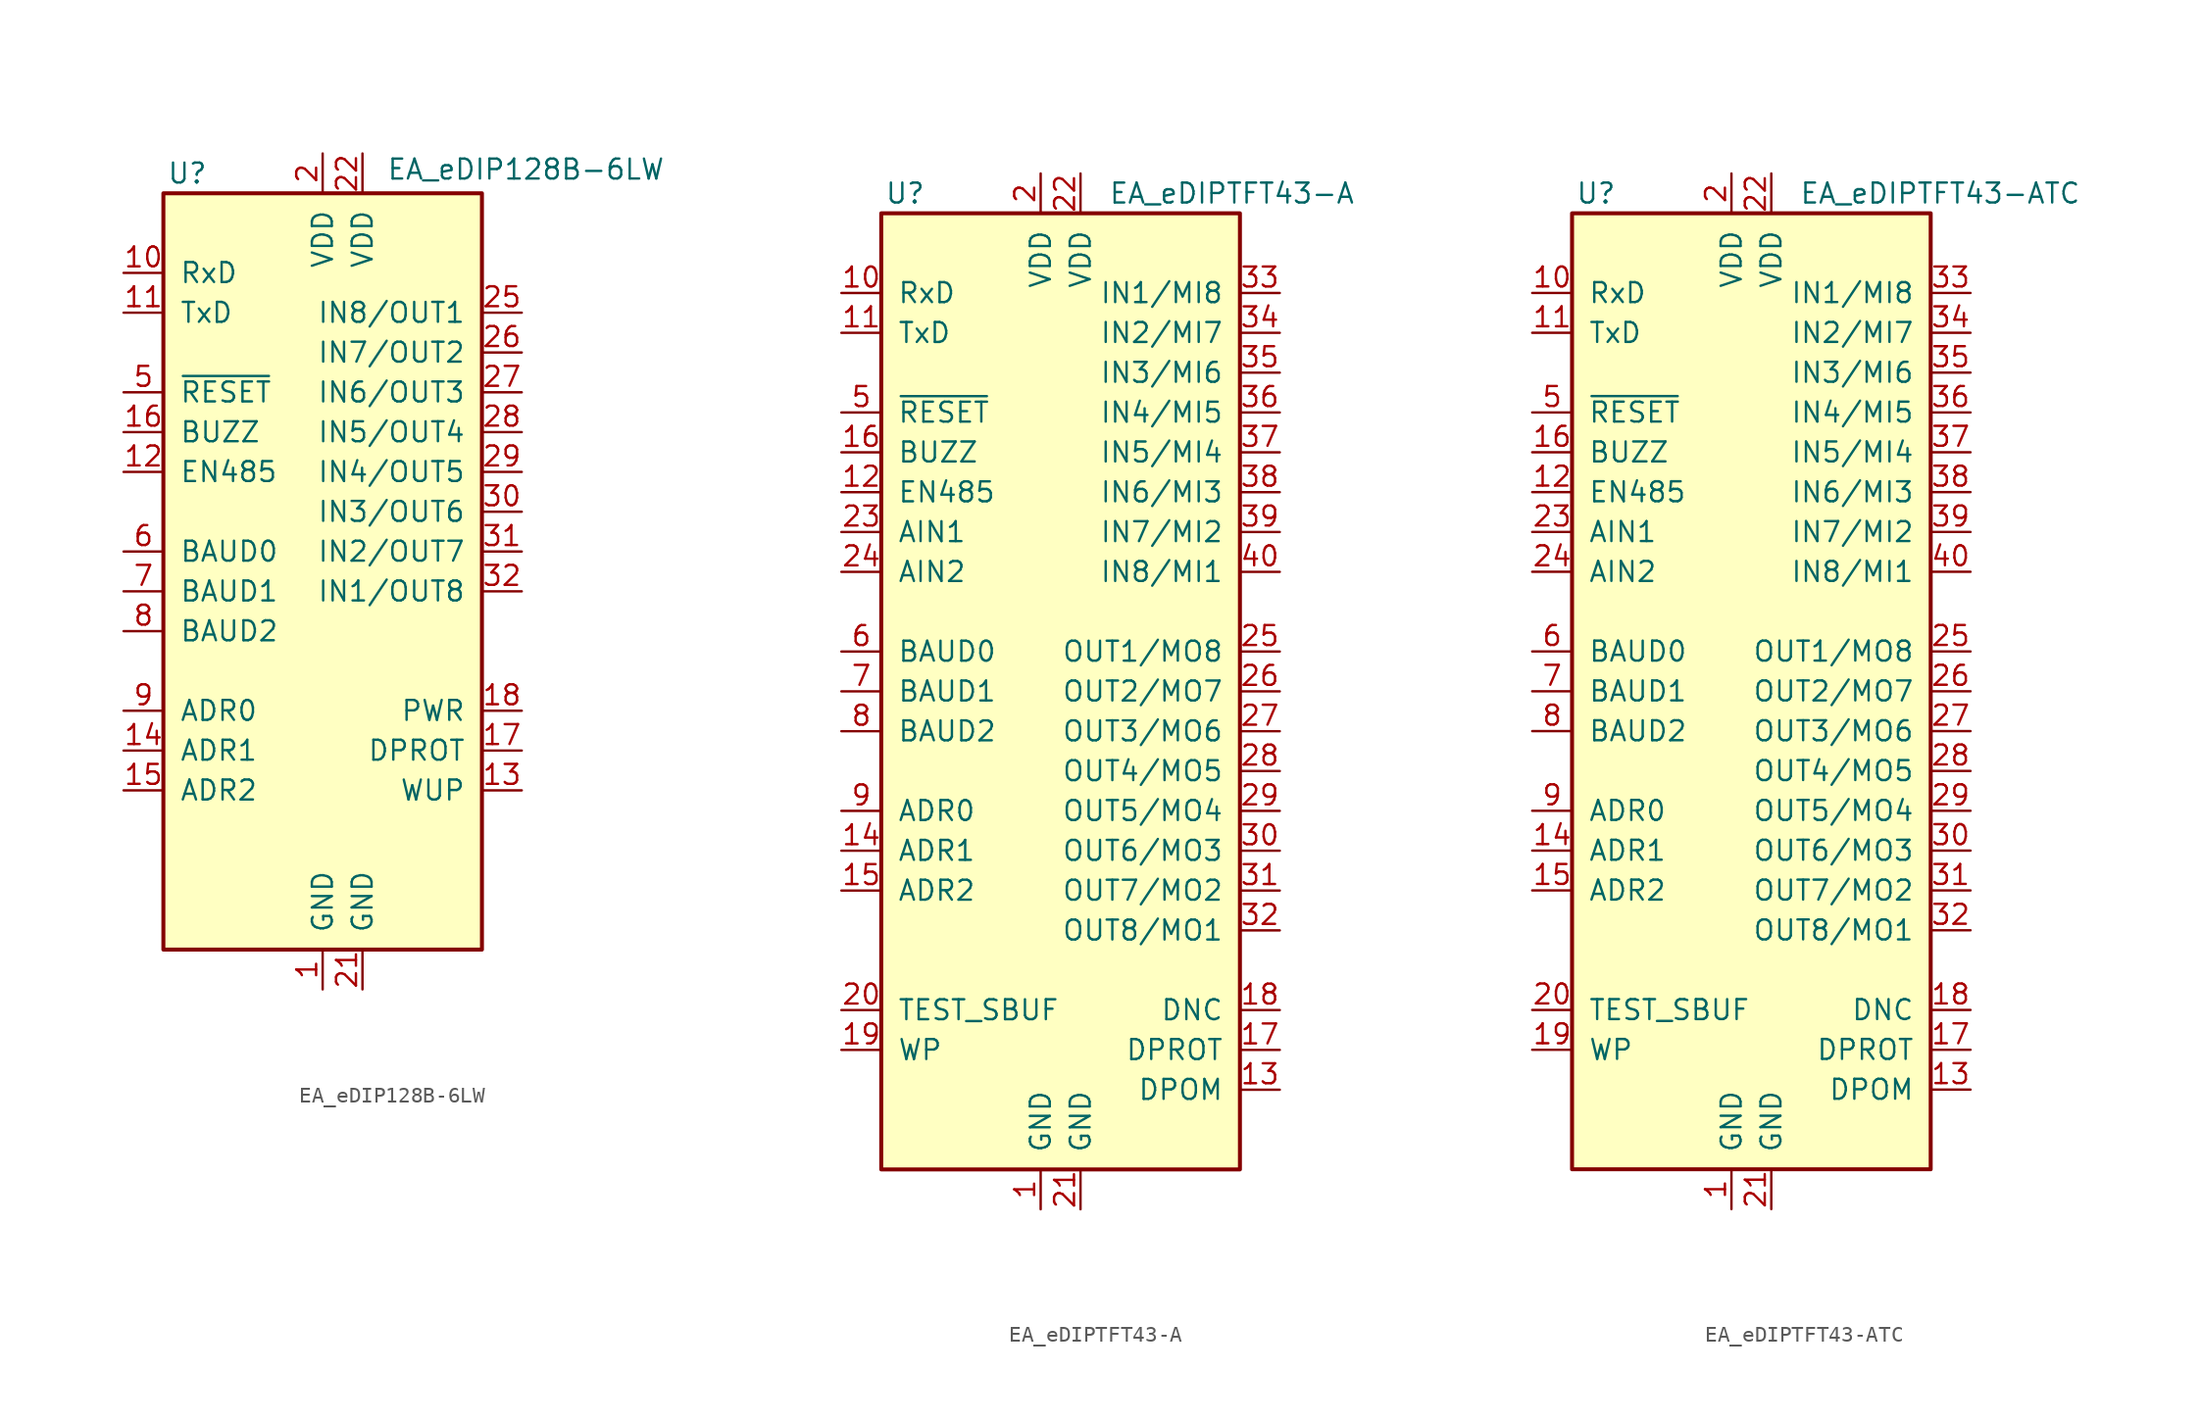
<source format=kicad_sym>
(kicad_symbol_lib
  (version 20211014)
  (generator kicad_symbol_editor)
  (symbol "EA_eDIP128B-6LW"
    (pin_names
      (offset 1.016))
    (property "Reference" "U"
      (at -8.636 24.13 0)
      (effects (font (size 1.27 1.27))))
    (property "Value" "EA_eDIP128B-6LW"
      (at 4.064 24.384 0)
      (effects (font (size 1.27 1.27)) (justify left)))
    (symbol "EA_eDIP128B-6LW_0_1"
      (rectangle (start -10.16 22.86) (end 10.16 -25.4) (stroke (width 0.254) (type default) (color 0 0 0 0)) (fill (type background))))
    (symbol "EA_eDIP128B-6LW_1_1"
      (pin power_in line (at 0 -27.94 90) (length 2.54) (name "GND" (effects (font (size 1.27 1.27)))) (number "1" (effects (font (size 1.27 1.27)))))
      (pin input line (at -12.7 17.78 0) (length 2.54) (name "RxD" (effects (font (size 1.27 1.27)))) (number "10" (effects (font (size 1.27 1.27)))))
      (pin output line (at -12.7 15.24 0) (length 2.54) (name "TxD" (effects (font (size 1.27 1.27)))) (number "11" (effects (font (size 1.27 1.27)))))
      (pin output line (at -12.7 5.08 0) (length 2.54) (name "EN485" (effects (font (size 1.27 1.27)))) (number "12" (effects (font (size 1.27 1.27)))))
      (pin input line (at 12.7 -15.24 180) (length 2.54) (name "WUP" (effects (font (size 1.27 1.27)))) (number "13" (effects (font (size 1.27 1.27)))))
      (pin input line (at -12.7 -12.7 0) (length 2.54) (name "ADR1" (effects (font (size 1.27 1.27)))) (number "14" (effects (font (size 1.27 1.27)))))
      (pin input line (at -12.7 -15.24 0) (length 2.54) (name "ADR2" (effects (font (size 1.27 1.27)))) (number "15" (effects (font (size 1.27 1.27)))))
      (pin output line (at -12.7 7.62 0) (length 2.54) (name "BUZZ" (effects (font (size 1.27 1.27)))) (number "16" (effects (font (size 1.27 1.27)))))
      (pin input line (at 12.7 -12.7 180) (length 2.54) (name "DPROT" (effects (font (size 1.27 1.27)))) (number "17" (effects (font (size 1.27 1.27)))))
      (pin output line (at 12.7 -10.16 180) (length 2.54) (name "PWR" (effects (font (size 1.27 1.27)))) (number "18" (effects (font (size 1.27 1.27)))))
      (pin no_connect line (at -10.16 -22.86 0) (length 2.54) hide (name "NC" (effects (font (size 1.27 1.27)))) (number "19" (effects (font (size 1.27 1.27)))))
      (pin power_in line (at 0 25.4 270) (length 2.54) (name "VDD" (effects (font (size 1.27 1.27)))) (number "2" (effects (font (size 1.27 1.27)))))
      (pin power_in line (at 2.54 -27.94 90) (length 2.54) (name "GND" (effects (font (size 1.27 1.27)))) (number "21" (effects (font (size 1.27 1.27)))))
      (pin power_in line (at 2.54 25.4 270) (length 2.54) (name "VDD" (effects (font (size 1.27 1.27)))) (number "22" (effects (font (size 1.27 1.27)))))
      (pin no_connect line (at 10.16 -17.78 180) (length 2.54) hide (name "NC" (effects (font (size 1.27 1.27)))) (number "23" (effects (font (size 1.27 1.27)))))
      (pin no_connect line (at 10.16 -20.32 180) (length 2.54) hide (name "NC" (effects (font (size 1.27 1.27)))) (number "24" (effects (font (size 1.27 1.27)))))
      (pin bidirectional line (at 12.7 15.24 180) (length 2.54) (name "IN8/OUT1" (effects (font (size 1.27 1.27)))) (number "25" (effects (font (size 1.27 1.27)))))
      (pin bidirectional line (at 12.7 12.7 180) (length 2.54) (name "IN7/OUT2" (effects (font (size 1.27 1.27)))) (number "26" (effects (font (size 1.27 1.27)))))
      (pin bidirectional line (at 12.7 10.16 180) (length 2.54) (name "IN6/OUT3" (effects (font (size 1.27 1.27)))) (number "27" (effects (font (size 1.27 1.27)))))
      (pin bidirectional line (at 12.7 7.62 180) (length 2.54) (name "IN5/OUT4" (effects (font (size 1.27 1.27)))) (number "28" (effects (font (size 1.27 1.27)))))
      (pin bidirectional line (at 12.7 5.08 180) (length 2.54) (name "IN4/OUT5" (effects (font (size 1.27 1.27)))) (number "29" (effects (font (size 1.27 1.27)))))
      (pin no_connect line (at -10.16 -17.78 0) (length 2.54) hide (name "NC" (effects (font (size 1.27 1.27)))) (number "3" (effects (font (size 1.27 1.27)))))
      (pin bidirectional line (at 12.7 2.54 180) (length 2.54) (name "IN3/OUT6" (effects (font (size 1.27 1.27)))) (number "30" (effects (font (size 1.27 1.27)))))
      (pin bidirectional line (at 12.7 0 180) (length 2.54) (name "IN2/OUT7" (effects (font (size 1.27 1.27)))) (number "31" (effects (font (size 1.27 1.27)))))
      (pin bidirectional line (at 12.7 -2.54 180) (length 2.54) (name "IN1/OUT8" (effects (font (size 1.27 1.27)))) (number "32" (effects (font (size 1.27 1.27)))))
      (pin no_connect line (at -10.16 -20.32 0) (length 2.54) hide (name "NC" (effects (font (size 1.27 1.27)))) (number "4" (effects (font (size 1.27 1.27)))))
      (pin input line (at -12.7 10.16 0) (length 2.54) (name "~{RESET}" (effects (font (size 1.27 1.27)))) (number "5" (effects (font (size 1.27 1.27)))))
      (pin input line (at -12.7 0 0) (length 2.54) (name "BAUD0" (effects (font (size 1.27 1.27)))) (number "6" (effects (font (size 1.27 1.27)))))
      (pin input line (at -12.7 -2.54 0) (length 2.54) (name "BAUD1" (effects (font (size 1.27 1.27)))) (number "7" (effects (font (size 1.27 1.27)))))
      (pin input line (at -12.7 -5.08 0) (length 2.54) (name "BAUD2" (effects (font (size 1.27 1.27)))) (number "8" (effects (font (size 1.27 1.27)))))
      (pin input line (at -12.7 -10.16 0) (length 2.54) (name "ADR0" (effects (font (size 1.27 1.27)))) (number "9" (effects (font (size 1.27 1.27)))))))
  (symbol "EA_eDIPTFT43-A"
    (pin_names
      (offset 1.016))
    (property "Reference" "U"
      (at -11.176 31.75 0)
      (effects (font (size 1.27 1.27))))
    (property "Value" "EA_eDIPTFT43-A"
      (at 1.778 31.75 0)
      (effects (font (size 1.27 1.27)) (justify left)))
    (symbol "EA_eDIPTFT43-A_0_1"
      (rectangle (start -12.7 30.48) (end 10.16 -30.48) (stroke (width 0.254) (type default) (color 0 0 0 0)) (fill (type background))))
    (symbol "EA_eDIPTFT43-A_1_1"
      (pin power_in line (at -2.54 -33.02 90) (length 2.54) (name "GND" (effects (font (size 1.27 1.27)))) (number "1" (effects (font (size 1.27 1.27)))))
      (pin input line (at -15.24 25.4 0) (length 2.54) (name "RxD" (effects (font (size 1.27 1.27)))) (number "10" (effects (font (size 1.27 1.27)))))
      (pin output line (at -15.24 22.86 0) (length 2.54) (name "TxD" (effects (font (size 1.27 1.27)))) (number "11" (effects (font (size 1.27 1.27)))))
      (pin output line (at -15.24 12.7 0) (length 2.54) (name "EN485" (effects (font (size 1.27 1.27)))) (number "12" (effects (font (size 1.27 1.27)))))
      (pin input line (at 12.7 -25.4 180) (length 2.54) (name "DPOM" (effects (font (size 1.27 1.27)))) (number "13" (effects (font (size 1.27 1.27)))))
      (pin input line (at -15.24 -10.16 0) (length 2.54) (name "ADR1" (effects (font (size 1.27 1.27)))) (number "14" (effects (font (size 1.27 1.27)))))
      (pin input line (at -15.24 -12.7 0) (length 2.54) (name "ADR2" (effects (font (size 1.27 1.27)))) (number "15" (effects (font (size 1.27 1.27)))))
      (pin output line (at -15.24 15.24 0) (length 2.54) (name "BUZZ" (effects (font (size 1.27 1.27)))) (number "16" (effects (font (size 1.27 1.27)))))
      (pin input line (at 12.7 -22.86 180) (length 2.54) (name "DPROT" (effects (font (size 1.27 1.27)))) (number "17" (effects (font (size 1.27 1.27)))))
      (pin output line (at 12.7 -20.32 180) (length 2.54) (name "DNC" (effects (font (size 1.27 1.27)))) (number "18" (effects (font (size 1.27 1.27)))))
      (pin input line (at -15.24 -22.86 0) (length 2.54) (name "WP" (effects (font (size 1.27 1.27)))) (number "19" (effects (font (size 1.27 1.27)))))
      (pin power_in line (at -2.54 33.02 270) (length 2.54) (name "VDD" (effects (font (size 1.27 1.27)))) (number "2" (effects (font (size 1.27 1.27)))))
      (pin bidirectional line (at -15.24 -20.32 0) (length 2.54) (name "TEST_SBUF" (effects (font (size 1.27 1.27)))) (number "20" (effects (font (size 1.27 1.27)))))
      (pin power_in line (at 0 -33.02 90) (length 2.54) (name "GND" (effects (font (size 1.27 1.27)))) (number "21" (effects (font (size 1.27 1.27)))))
      (pin power_in line (at 0 33.02 270) (length 2.54) (name "VDD" (effects (font (size 1.27 1.27)))) (number "22" (effects (font (size 1.27 1.27)))))
      (pin input line (at -15.24 10.16 0) (length 2.54) (name "AIN1" (effects (font (size 1.27 1.27)))) (number "23" (effects (font (size 1.27 1.27)))))
      (pin input line (at -15.24 7.62 0) (length 2.54) (name "AIN2" (effects (font (size 1.27 1.27)))) (number "24" (effects (font (size 1.27 1.27)))))
      (pin output line (at 12.7 2.54 180) (length 2.54) (name "OUT1/MO8" (effects (font (size 1.27 1.27)))) (number "25" (effects (font (size 1.27 1.27)))))
      (pin output line (at 12.7 0 180) (length 2.54) (name "OUT2/MO7" (effects (font (size 1.27 1.27)))) (number "26" (effects (font (size 1.27 1.27)))))
      (pin output line (at 12.7 -2.54 180) (length 2.54) (name "OUT3/MO6" (effects (font (size 1.27 1.27)))) (number "27" (effects (font (size 1.27 1.27)))))
      (pin output line (at 12.7 -5.08 180) (length 2.54) (name "OUT4/MO5" (effects (font (size 1.27 1.27)))) (number "28" (effects (font (size 1.27 1.27)))))
      (pin output line (at 12.7 -7.62 180) (length 2.54) (name "OUT5/MO4" (effects (font (size 1.27 1.27)))) (number "29" (effects (font (size 1.27 1.27)))))
      (pin no_connect line (at 10.16 -27.94 180) (length 2.54) hide (name "NC" (effects (font (size 1.27 1.27)))) (number "3" (effects (font (size 1.27 1.27)))))
      (pin output line (at 12.7 -10.16 180) (length 2.54) (name "OUT6/MO3" (effects (font (size 1.27 1.27)))) (number "30" (effects (font (size 1.27 1.27)))))
      (pin output line (at 12.7 -12.7 180) (length 2.54) (name "OUT7/MO2" (effects (font (size 1.27 1.27)))) (number "31" (effects (font (size 1.27 1.27)))))
      (pin output line (at 12.7 -15.24 180) (length 2.54) (name "OUT8/MO1" (effects (font (size 1.27 1.27)))) (number "32" (effects (font (size 1.27 1.27)))))
      (pin input line (at 12.7 25.4 180) (length 2.54) (name "IN1/MI8" (effects (font (size 1.27 1.27)))) (number "33" (effects (font (size 1.27 1.27)))))
      (pin input line (at 12.7 22.86 180) (length 2.54) (name "IN2/MI7" (effects (font (size 1.27 1.27)))) (number "34" (effects (font (size 1.27 1.27)))))
      (pin input line (at 12.7 20.32 180) (length 2.54) (name "IN3/MI6" (effects (font (size 1.27 1.27)))) (number "35" (effects (font (size 1.27 1.27)))))
      (pin input line (at 12.7 17.78 180) (length 2.54) (name "IN4/MI5" (effects (font (size 1.27 1.27)))) (number "36" (effects (font (size 1.27 1.27)))))
      (pin input line (at 12.7 15.24 180) (length 2.54) (name "IN5/MI4" (effects (font (size 1.27 1.27)))) (number "37" (effects (font (size 1.27 1.27)))))
      (pin input line (at 12.7 12.7 180) (length 2.54) (name "IN6/MI3" (effects (font (size 1.27 1.27)))) (number "38" (effects (font (size 1.27 1.27)))))
      (pin input line (at 12.7 10.16 180) (length 2.54) (name "IN7/MI2" (effects (font (size 1.27 1.27)))) (number "39" (effects (font (size 1.27 1.27)))))
      (pin no_connect line (at -12.7 -27.94 0) (length 2.54) hide (name "NC" (effects (font (size 1.27 1.27)))) (number "4" (effects (font (size 1.27 1.27)))))
      (pin input line (at 12.7 7.62 180) (length 2.54) (name "IN8/MI1" (effects (font (size 1.27 1.27)))) (number "40" (effects (font (size 1.27 1.27)))))
      (pin input line (at -15.24 17.78 0) (length 2.54) (name "~{RESET}" (effects (font (size 1.27 1.27)))) (number "5" (effects (font (size 1.27 1.27)))))
      (pin input line (at -15.24 2.54 0) (length 2.54) (name "BAUD0" (effects (font (size 1.27 1.27)))) (number "6" (effects (font (size 1.27 1.27)))))
      (pin input line (at -15.24 0 0) (length 2.54) (name "BAUD1" (effects (font (size 1.27 1.27)))) (number "7" (effects (font (size 1.27 1.27)))))
      (pin input line (at -15.24 -2.54 0) (length 2.54) (name "BAUD2" (effects (font (size 1.27 1.27)))) (number "8" (effects (font (size 1.27 1.27)))))
      (pin input line (at -15.24 -7.62 0) (length 2.54) (name "ADR0" (effects (font (size 1.27 1.27)))) (number "9" (effects (font (size 1.27 1.27)))))))
  (symbol "EA_eDIPTFT43-ATC"
    (pin_names
      (offset 1.016))
    (property "Reference" "U"
      (at -11.176 31.75 0)
      (effects (font (size 1.27 1.27))))
    (property "Value" "EA_eDIPTFT43-ATC"
      (at 1.778 31.75 0)
      (effects (font (size 1.27 1.27)) (justify left)))
    (symbol "EA_eDIPTFT43-ATC_0_1"
      (rectangle (start -12.7 30.48) (end 10.16 -30.48) (stroke (width 0.254) (type default) (color 0 0 0 0)) (fill (type background))))
    (symbol "EA_eDIPTFT43-ATC_1_1"
      (pin power_in line (at -2.54 -33.02 90) (length 2.54) (name "GND" (effects (font (size 1.27 1.27)))) (number "1" (effects (font (size 1.27 1.27)))))
      (pin input line (at -15.24 25.4 0) (length 2.54) (name "RxD" (effects (font (size 1.27 1.27)))) (number "10" (effects (font (size 1.27 1.27)))))
      (pin output line (at -15.24 22.86 0) (length 2.54) (name "TxD" (effects (font (size 1.27 1.27)))) (number "11" (effects (font (size 1.27 1.27)))))
      (pin output line (at -15.24 12.7 0) (length 2.54) (name "EN485" (effects (font (size 1.27 1.27)))) (number "12" (effects (font (size 1.27 1.27)))))
      (pin input line (at 12.7 -25.4 180) (length 2.54) (name "DPOM" (effects (font (size 1.27 1.27)))) (number "13" (effects (font (size 1.27 1.27)))))
      (pin input line (at -15.24 -10.16 0) (length 2.54) (name "ADR1" (effects (font (size 1.27 1.27)))) (number "14" (effects (font (size 1.27 1.27)))))
      (pin input line (at -15.24 -12.7 0) (length 2.54) (name "ADR2" (effects (font (size 1.27 1.27)))) (number "15" (effects (font (size 1.27 1.27)))))
      (pin output line (at -15.24 15.24 0) (length 2.54) (name "BUZZ" (effects (font (size 1.27 1.27)))) (number "16" (effects (font (size 1.27 1.27)))))
      (pin input line (at 12.7 -22.86 180) (length 2.54) (name "DPROT" (effects (font (size 1.27 1.27)))) (number "17" (effects (font (size 1.27 1.27)))))
      (pin output line (at 12.7 -20.32 180) (length 2.54) (name "DNC" (effects (font (size 1.27 1.27)))) (number "18" (effects (font (size 1.27 1.27)))))
      (pin input line (at -15.24 -22.86 0) (length 2.54) (name "WP" (effects (font (size 1.27 1.27)))) (number "19" (effects (font (size 1.27 1.27)))))
      (pin power_in line (at -2.54 33.02 270) (length 2.54) (name "VDD" (effects (font (size 1.27 1.27)))) (number "2" (effects (font (size 1.27 1.27)))))
      (pin bidirectional line (at -15.24 -20.32 0) (length 2.54) (name "TEST_SBUF" (effects (font (size 1.27 1.27)))) (number "20" (effects (font (size 1.27 1.27)))))
      (pin power_in line (at 0 -33.02 90) (length 2.54) (name "GND" (effects (font (size 1.27 1.27)))) (number "21" (effects (font (size 1.27 1.27)))))
      (pin power_in line (at 0 33.02 270) (length 2.54) (name "VDD" (effects (font (size 1.27 1.27)))) (number "22" (effects (font (size 1.27 1.27)))))
      (pin input line (at -15.24 10.16 0) (length 2.54) (name "AIN1" (effects (font (size 1.27 1.27)))) (number "23" (effects (font (size 1.27 1.27)))))
      (pin input line (at -15.24 7.62 0) (length 2.54) (name "AIN2" (effects (font (size 1.27 1.27)))) (number "24" (effects (font (size 1.27 1.27)))))
      (pin output line (at 12.7 2.54 180) (length 2.54) (name "OUT1/MO8" (effects (font (size 1.27 1.27)))) (number "25" (effects (font (size 1.27 1.27)))))
      (pin output line (at 12.7 0 180) (length 2.54) (name "OUT2/MO7" (effects (font (size 1.27 1.27)))) (number "26" (effects (font (size 1.27 1.27)))))
      (pin output line (at 12.7 -2.54 180) (length 2.54) (name "OUT3/MO6" (effects (font (size 1.27 1.27)))) (number "27" (effects (font (size 1.27 1.27)))))
      (pin output line (at 12.7 -5.08 180) (length 2.54) (name "OUT4/MO5" (effects (font (size 1.27 1.27)))) (number "28" (effects (font (size 1.27 1.27)))))
      (pin output line (at 12.7 -7.62 180) (length 2.54) (name "OUT5/MO4" (effects (font (size 1.27 1.27)))) (number "29" (effects (font (size 1.27 1.27)))))
      (pin no_connect line (at 10.16 -27.94 180) (length 2.54) hide (name "NC" (effects (font (size 1.27 1.27)))) (number "3" (effects (font (size 1.27 1.27)))))
      (pin output line (at 12.7 -10.16 180) (length 2.54) (name "OUT6/MO3" (effects (font (size 1.27 1.27)))) (number "30" (effects (font (size 1.27 1.27)))))
      (pin output line (at 12.7 -12.7 180) (length 2.54) (name "OUT7/MO2" (effects (font (size 1.27 1.27)))) (number "31" (effects (font (size 1.27 1.27)))))
      (pin output line (at 12.7 -15.24 180) (length 2.54) (name "OUT8/MO1" (effects (font (size 1.27 1.27)))) (number "32" (effects (font (size 1.27 1.27)))))
      (pin input line (at 12.7 25.4 180) (length 2.54) (name "IN1/MI8" (effects (font (size 1.27 1.27)))) (number "33" (effects (font (size 1.27 1.27)))))
      (pin input line (at 12.7 22.86 180) (length 2.54) (name "IN2/MI7" (effects (font (size 1.27 1.27)))) (number "34" (effects (font (size 1.27 1.27)))))
      (pin input line (at 12.7 20.32 180) (length 2.54) (name "IN3/MI6" (effects (font (size 1.27 1.27)))) (number "35" (effects (font (size 1.27 1.27)))))
      (pin input line (at 12.7 17.78 180) (length 2.54) (name "IN4/MI5" (effects (font (size 1.27 1.27)))) (number "36" (effects (font (size 1.27 1.27)))))
      (pin input line (at 12.7 15.24 180) (length 2.54) (name "IN5/MI4" (effects (font (size 1.27 1.27)))) (number "37" (effects (font (size 1.27 1.27)))))
      (pin input line (at 12.7 12.7 180) (length 2.54) (name "IN6/MI3" (effects (font (size 1.27 1.27)))) (number "38" (effects (font (size 1.27 1.27)))))
      (pin input line (at 12.7 10.16 180) (length 2.54) (name "IN7/MI2" (effects (font (size 1.27 1.27)))) (number "39" (effects (font (size 1.27 1.27)))))
      (pin no_connect line (at -12.7 -27.94 0) (length 2.54) hide (name "NC" (effects (font (size 1.27 1.27)))) (number "4" (effects (font (size 1.27 1.27)))))
      (pin input line (at 12.7 7.62 180) (length 2.54) (name "IN8/MI1" (effects (font (size 1.27 1.27)))) (number "40" (effects (font (size 1.27 1.27)))))
      (pin input line (at -15.24 17.78 0) (length 2.54) (name "~{RESET}" (effects (font (size 1.27 1.27)))) (number "5" (effects (font (size 1.27 1.27)))))
      (pin input line (at -15.24 2.54 0) (length 2.54) (name "BAUD0" (effects (font (size 1.27 1.27)))) (number "6" (effects (font (size 1.27 1.27)))))
      (pin input line (at -15.24 0 0) (length 2.54) (name "BAUD1" (effects (font (size 1.27 1.27)))) (number "7" (effects (font (size 1.27 1.27)))))
      (pin input line (at -15.24 -2.54 0) (length 2.54) (name "BAUD2" (effects (font (size 1.27 1.27)))) (number "8" (effects (font (size 1.27 1.27)))))
      (pin input line (at -15.24 -7.62 0) (length 2.54) (name "ADR0" (effects (font (size 1.27 1.27)))) (number "9" (effects (font (size 1.27 1.27))))))))
</source>
